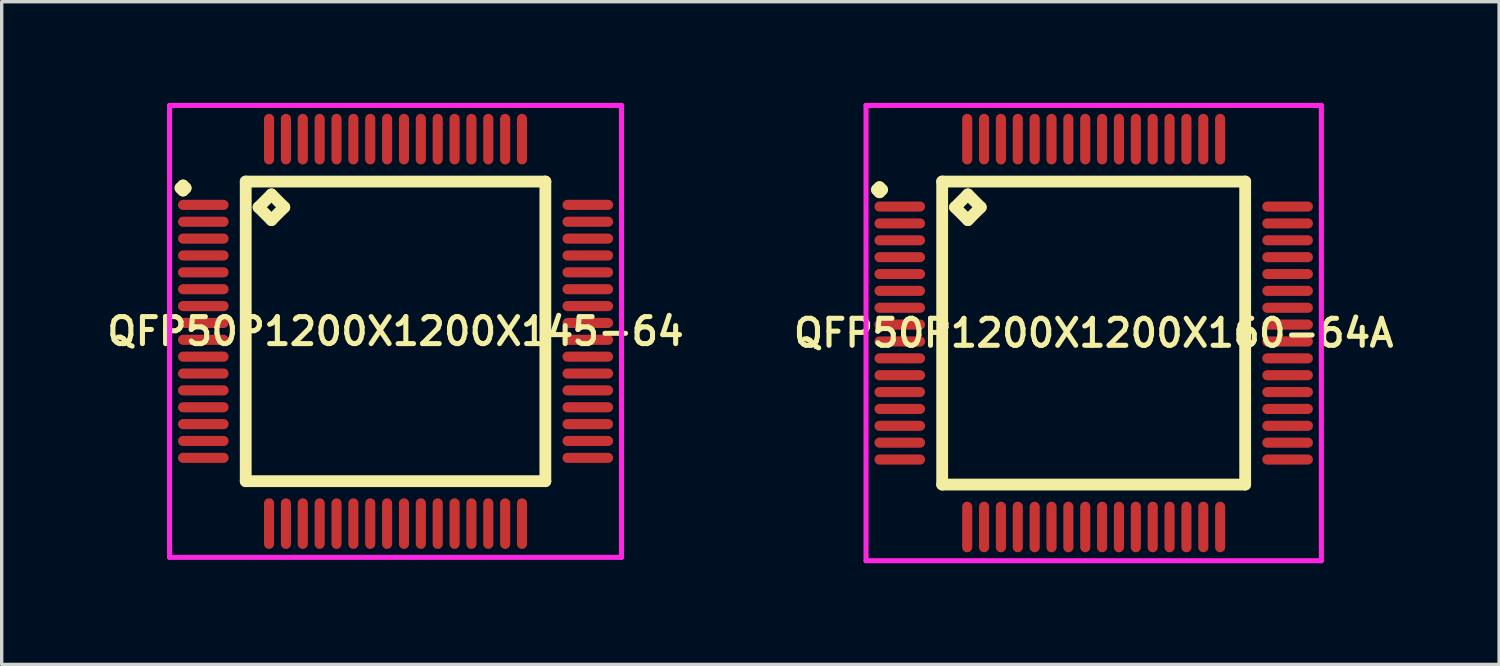
<source format=kicad_pcb>
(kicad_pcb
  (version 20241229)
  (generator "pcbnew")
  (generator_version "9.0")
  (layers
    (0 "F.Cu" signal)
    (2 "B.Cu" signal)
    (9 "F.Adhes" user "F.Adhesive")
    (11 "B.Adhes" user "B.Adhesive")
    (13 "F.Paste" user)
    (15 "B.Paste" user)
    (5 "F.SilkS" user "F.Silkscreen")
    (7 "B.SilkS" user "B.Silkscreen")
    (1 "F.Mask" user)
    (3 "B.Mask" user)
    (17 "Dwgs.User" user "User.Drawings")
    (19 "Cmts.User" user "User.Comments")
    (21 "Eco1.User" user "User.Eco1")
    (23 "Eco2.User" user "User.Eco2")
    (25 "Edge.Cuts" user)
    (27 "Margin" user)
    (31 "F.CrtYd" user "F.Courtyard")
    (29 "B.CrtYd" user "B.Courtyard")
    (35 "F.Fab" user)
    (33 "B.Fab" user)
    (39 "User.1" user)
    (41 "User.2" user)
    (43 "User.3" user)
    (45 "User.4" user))
  (footprint "QFP50P1200X1200X160-64A"
    (layer "F.Cu")
    (at 29.378 6.825)
    (property "Reference" "QFP50P1200X1200X160-64A" (at 0 0 0) (layer "F.SilkS") (effects (font (size 0.8 0.8) (thickness 0.15))))
    (attr through_hole)
    (fp_line (start -6.425 -4.25) (end -6.35 -4.325) (stroke (width 0.35) (type solid)) (layer "F.SilkS"))
    (fp_line (start -6.35 -4.325) (end -6.275 -4.25) (stroke (width 0.35) (type solid)) (layer "F.SilkS"))
    (fp_line (start -6.35 -4.175) (end -6.425 -4.25) (stroke (width 0.35) (type solid)) (layer "F.SilkS"))
    (fp_line (start -6.275 -4.25) (end -6.35 -4.175) (stroke (width 0.35) (type solid)) (layer "F.SilkS"))
    (fp_line (start -4.492 -4.492) (end -4.492 4.492) (stroke (width 0.35) (type solid)) (layer "F.SilkS"))
    (fp_line (start -4.492 4.492) (end 4.492 4.492) (stroke (width 0.35) (type solid)) (layer "F.SilkS"))
    (fp_line (start -4.111 -3.73) (end -3.73 -4.111) (stroke (width 0.35) (type solid)) (layer "F.SilkS"))
    (fp_line (start -3.73 -4.111) (end -3.349 -3.73) (stroke (width 0.35) (type solid)) (layer "F.SilkS"))
    (fp_line (start -3.73 -3.349) (end -4.111 -3.73) (stroke (width 0.35) (type solid)) (layer "F.SilkS"))
    (fp_line (start -3.349 -3.73) (end -3.73 -3.349) (stroke (width 0.35) (type solid)) (layer "F.SilkS"))
    (fp_line (start 4.492 -4.492) (end -4.492 -4.492) (stroke (width 0.35) (type solid)) (layer "F.SilkS"))
    (fp_line (start 4.492 4.492) (end 4.492 -4.492) (stroke (width 0.35) (type solid)) (layer "F.SilkS"))
    (fp_line (start -6.75 -6.75) (end 6.75 -6.75) (stroke (width 0.15) (type solid)) (layer "F.CrtYd"))
    (fp_line (start -6.75 6.75) (end -6.75 -6.75) (stroke (width 0.15) (type solid)) (layer "F.CrtYd"))
    (fp_line (start 6.75 -6.75) (end 6.75 6.75) (stroke (width 0.15) (type solid)) (layer "F.CrtYd"))
    (fp_line (start 6.75 6.75) (end -6.75 6.75) (stroke (width 0.15) (type solid)) (layer "F.CrtYd"))
    (pad "1" smd oval (at -5.75 -3.75) (size 1.5 0.3) (layers "F.Cu" "F.Mask" "F.Paste"))
    (pad "2" smd oval (at -5.75 -3.25) (size 1.5 0.3) (layers "F.Cu" "F.Mask" "F.Paste"))
    (pad "3" smd oval (at -5.75 -2.75) (size 1.5 0.3) (layers "F.Cu" "F.Mask" "F.Paste"))
    (pad "4" smd oval (at -5.75 -2.25) (size 1.5 0.3) (layers "F.Cu" "F.Mask" "F.Paste"))
    (pad "5" smd oval (at -5.75 -1.75) (size 1.5 0.3) (layers "F.Cu" "F.Mask" "F.Paste"))
    (pad "6" smd oval (at -5.75 -1.25) (size 1.5 0.3) (layers "F.Cu" "F.Mask" "F.Paste"))
    (pad "7" smd oval (at -5.75 -0.75) (size 1.5 0.3) (layers "F.Cu" "F.Mask" "F.Paste"))
    (pad "8" smd oval (at -5.75 -0.25) (size 1.5 0.3) (layers "F.Cu" "F.Mask" "F.Paste"))
    (pad "9" smd oval (at -5.75 0.25) (size 1.5 0.3) (layers "F.Cu" "F.Mask" "F.Paste"))
    (pad "10" smd oval (at -5.75 0.75) (size 1.5 0.3) (layers "F.Cu" "F.Mask" "F.Paste"))
    (pad "11" smd oval (at -5.75 1.25) (size 1.5 0.3) (layers "F.Cu" "F.Mask" "F.Paste"))
    (pad "12" smd oval (at -5.75 1.75) (size 1.5 0.3) (layers "F.Cu" "F.Mask" "F.Paste"))
    (pad "13" smd oval (at -5.75 2.25) (size 1.5 0.3) (layers "F.Cu" "F.Mask" "F.Paste"))
    (pad "14" smd oval (at -5.75 2.75) (size 1.5 0.3) (layers "F.Cu" "F.Mask" "F.Paste"))
    (pad "15" smd oval (at -5.75 3.25) (size 1.5 0.3) (layers "F.Cu" "F.Mask" "F.Paste"))
    (pad "16" smd oval (at -5.75 3.75) (size 1.5 0.3) (layers "F.Cu" "F.Mask" "F.Paste"))
    (pad "17" smd oval (at -3.75 5.75) (size 0.3 1.5) (layers "F.Cu" "F.Mask" "F.Paste"))
    (pad "18" smd oval (at -3.25 5.75) (size 0.3 1.5) (layers "F.Cu" "F.Mask" "F.Paste"))
    (pad "19" smd oval (at -2.75 5.75) (size 0.3 1.5) (layers "F.Cu" "F.Mask" "F.Paste"))
    (pad "20" smd oval (at -2.25 5.75) (size 0.3 1.5) (layers "F.Cu" "F.Mask" "F.Paste"))
    (pad "21" smd oval (at -1.75 5.75) (size 0.3 1.5) (layers "F.Cu" "F.Mask" "F.Paste"))
    (pad "22" smd oval (at -1.25 5.75) (size 0.3 1.5) (layers "F.Cu" "F.Mask" "F.Paste"))
    (pad "23" smd oval (at -0.75 5.75) (size 0.3 1.5) (layers "F.Cu" "F.Mask" "F.Paste"))
    (pad "24" smd oval (at -0.25 5.75) (size 0.3 1.5) (layers "F.Cu" "F.Mask" "F.Paste"))
    (pad "25" smd oval (at 0.25 5.75) (size 0.3 1.5) (layers "F.Cu" "F.Mask" "F.Paste"))
    (pad "26" smd oval (at 0.75 5.75) (size 0.3 1.5) (layers "F.Cu" "F.Mask" "F.Paste"))
    (pad "27" smd oval (at 1.25 5.75) (size 0.3 1.5) (layers "F.Cu" "F.Mask" "F.Paste"))
    (pad "28" smd oval (at 1.75 5.75) (size 0.3 1.5) (layers "F.Cu" "F.Mask" "F.Paste"))
    (pad "29" smd oval (at 2.25 5.75) (size 0.3 1.5) (layers "F.Cu" "F.Mask" "F.Paste"))
    (pad "30" smd oval (at 2.75 5.75) (size 0.3 1.5) (layers "F.Cu" "F.Mask" "F.Paste"))
    (pad "31" smd oval (at 3.25 5.75) (size 0.3 1.5) (layers "F.Cu" "F.Mask" "F.Paste"))
    (pad "32" smd oval (at 3.75 5.75) (size 0.3 1.5) (layers "F.Cu" "F.Mask" "F.Paste"))
    (pad "33" smd oval (at 5.75 3.75) (size 1.5 0.3) (layers "F.Cu" "F.Mask" "F.Paste"))
    (pad "34" smd oval (at 5.75 3.25) (size 1.5 0.3) (layers "F.Cu" "F.Mask" "F.Paste"))
    (pad "35" smd oval (at 5.75 2.75) (size 1.5 0.3) (layers "F.Cu" "F.Mask" "F.Paste"))
    (pad "36" smd oval (at 5.75 2.25) (size 1.5 0.3) (layers "F.Cu" "F.Mask" "F.Paste"))
    (pad "37" smd oval (at 5.75 1.75) (size 1.5 0.3) (layers "F.Cu" "F.Mask" "F.Paste"))
    (pad "38" smd oval (at 5.75 1.25) (size 1.5 0.3) (layers "F.Cu" "F.Mask" "F.Paste"))
    (pad "39" smd oval (at 5.75 0.75) (size 1.5 0.3) (layers "F.Cu" "F.Mask" "F.Paste"))
    (pad "40" smd oval (at 5.75 0.25) (size 1.5 0.3) (layers "F.Cu" "F.Mask" "F.Paste"))
    (pad "41" smd oval (at 5.75 -0.25) (size 1.5 0.3) (layers "F.Cu" "F.Mask" "F.Paste"))
    (pad "42" smd oval (at 5.75 -0.75) (size 1.5 0.3) (layers "F.Cu" "F.Mask" "F.Paste"))
    (pad "43" smd oval (at 5.75 -1.25) (size 1.5 0.3) (layers "F.Cu" "F.Mask" "F.Paste"))
    (pad "44" smd oval (at 5.75 -1.75) (size 1.5 0.3) (layers "F.Cu" "F.Mask" "F.Paste"))
    (pad "45" smd oval (at 5.75 -2.25) (size 1.5 0.3) (layers "F.Cu" "F.Mask" "F.Paste"))
    (pad "46" smd oval (at 5.75 -2.75) (size 1.5 0.3) (layers "F.Cu" "F.Mask" "F.Paste"))
    (pad "47" smd oval (at 5.75 -3.25) (size 1.5 0.3) (layers "F.Cu" "F.Mask" "F.Paste"))
    (pad "48" smd oval (at 5.75 -3.75) (size 1.5 0.3) (layers "F.Cu" "F.Mask" "F.Paste"))
    (pad "49" smd oval (at 3.75 -5.75) (size 0.3 1.5) (layers "F.Cu" "F.Mask" "F.Paste"))
    (pad "50" smd oval (at 3.25 -5.75) (size 0.3 1.5) (layers "F.Cu" "F.Mask" "F.Paste"))
    (pad "51" smd oval (at 2.75 -5.75) (size 0.3 1.5) (layers "F.Cu" "F.Mask" "F.Paste"))
    (pad "52" smd oval (at 2.25 -5.75) (size 0.3 1.5) (layers "F.Cu" "F.Mask" "F.Paste"))
    (pad "53" smd oval (at 1.75 -5.75) (size 0.3 1.5) (layers "F.Cu" "F.Mask" "F.Paste"))
    (pad "54" smd oval (at 1.25 -5.75) (size 0.3 1.5) (layers "F.Cu" "F.Mask" "F.Paste"))
    (pad "55" smd oval (at 0.75 -5.75) (size 0.3 1.5) (layers "F.Cu" "F.Mask" "F.Paste"))
    (pad "56" smd oval (at 0.25 -5.75) (size 0.3 1.5) (layers "F.Cu" "F.Mask" "F.Paste"))
    (pad "57" smd oval (at -0.25 -5.75) (size 0.3 1.5) (layers "F.Cu" "F.Mask" "F.Paste"))
    (pad "58" smd oval (at -0.75 -5.75) (size 0.3 1.5) (layers "F.Cu" "F.Mask" "F.Paste"))
    (pad "59" smd oval (at -1.25 -5.75) (size 0.3 1.5) (layers "F.Cu" "F.Mask" "F.Paste"))
    (pad "60" smd oval (at -1.75 -5.75) (size 0.3 1.5) (layers "F.Cu" "F.Mask" "F.Paste"))
    (pad "61" smd oval (at -2.25 -5.75) (size 0.3 1.5) (layers "F.Cu" "F.Mask" "F.Paste"))
    (pad "62" smd oval (at -2.75 -5.75) (size 0.3 1.5) (layers "F.Cu" "F.Mask" "F.Paste"))
    (pad "63" smd oval (at -3.25 -5.75) (size 0.3 1.5) (layers "F.Cu" "F.Mask" "F.Paste"))
    (pad "64" smd oval (at -3.75 -5.75) (size 0.3 1.5) (layers "F.Cu" "F.Mask" "F.Paste")))
  (footprint "QFP50P1200X1200X145-64"
    (layer "F.Cu")
    (at 8.678 6.775)
    (property "Reference" "QFP50P1200X1200X145-64" (at 0 0 0) (layer "F.SilkS") (effects (font (size 0.8 0.8) (thickness 0.15))))
    (attr smd)
    (fp_line (start -6.375 -4.25) (end -6.3 -4.325) (stroke (width 0.35) (type solid)) (layer "F.SilkS"))
    (fp_line (start -6.3 -4.325) (end -6.225 -4.25) (stroke (width 0.35) (type solid)) (layer "F.SilkS"))
    (fp_line (start -6.3 -4.175) (end -6.375 -4.25) (stroke (width 0.35) (type solid)) (layer "F.SilkS"))
    (fp_line (start -6.225 -4.25) (end -6.3 -4.175) (stroke (width 0.35) (type solid)) (layer "F.SilkS"))
    (fp_line (start -4.442 -4.442) (end -4.442 4.442) (stroke (width 0.35) (type solid)) (layer "F.SilkS"))
    (fp_line (start -4.442 4.442) (end 4.442 4.442) (stroke (width 0.35) (type solid)) (layer "F.SilkS"))
    (fp_line (start -4.061 -3.68) (end -3.68 -4.061) (stroke (width 0.35) (type solid)) (layer "F.SilkS"))
    (fp_line (start -3.68 -4.061) (end -3.299 -3.68) (stroke (width 0.35) (type solid)) (layer "F.SilkS"))
    (fp_line (start -3.68 -3.299) (end -4.061 -3.68) (stroke (width 0.35) (type solid)) (layer "F.SilkS"))
    (fp_line (start -3.299 -3.68) (end -3.68 -3.299) (stroke (width 0.35) (type solid)) (layer "F.SilkS"))
    (fp_line (start 4.442 -4.442) (end -4.442 -4.442) (stroke (width 0.35) (type solid)) (layer "F.SilkS"))
    (fp_line (start 4.442 4.442) (end 4.442 -4.442) (stroke (width 0.35) (type solid)) (layer "F.SilkS"))
    (fp_line (start -6.7 -6.7) (end 6.7 -6.7) (stroke (width 0.15) (type solid)) (layer "F.CrtYd"))
    (fp_line (start -6.7 6.7) (end -6.7 -6.7) (stroke (width 0.15) (type solid)) (layer "F.CrtYd"))
    (fp_line (start 6.7 -6.7) (end 6.7 6.7) (stroke (width 0.15) (type solid)) (layer "F.CrtYd"))
    (fp_line (start 6.7 6.7) (end -6.7 6.7) (stroke (width 0.15) (type solid)) (layer "F.CrtYd"))
    (pad "1" smd oval (at -5.7 -3.75) (size 1.5 0.3) (layers "F.Cu" "F.Mask" "F.Paste"))
    (pad "2" smd oval (at -5.7 -3.25) (size 1.5 0.3) (layers "F.Cu" "F.Mask" "F.Paste"))
    (pad "3" smd oval (at -5.7 -2.75) (size 1.5 0.3) (layers "F.Cu" "F.Mask" "F.Paste"))
    (pad "4" smd oval (at -5.7 -2.25) (size 1.5 0.3) (layers "F.Cu" "F.Mask" "F.Paste"))
    (pad "5" smd oval (at -5.7 -1.75) (size 1.5 0.3) (layers "F.Cu" "F.Mask" "F.Paste"))
    (pad "6" smd oval (at -5.7 -1.25) (size 1.5 0.3) (layers "F.Cu" "F.Mask" "F.Paste"))
    (pad "7" smd oval (at -5.7 -0.75) (size 1.5 0.3) (layers "F.Cu" "F.Mask" "F.Paste"))
    (pad "8" smd oval (at -5.7 -0.25) (size 1.5 0.3) (layers "F.Cu" "F.Mask" "F.Paste"))
    (pad "9" smd oval (at -5.7 0.25) (size 1.5 0.3) (layers "F.Cu" "F.Mask" "F.Paste"))
    (pad "10" smd oval (at -5.7 0.75) (size 1.5 0.3) (layers "F.Cu" "F.Mask" "F.Paste"))
    (pad "11" smd oval (at -5.7 1.25) (size 1.5 0.3) (layers "F.Cu" "F.Mask" "F.Paste"))
    (pad "12" smd oval (at -5.7 1.75) (size 1.5 0.3) (layers "F.Cu" "F.Mask" "F.Paste"))
    (pad "13" smd oval (at -5.7 2.25) (size 1.5 0.3) (layers "F.Cu" "F.Mask" "F.Paste"))
    (pad "14" smd oval (at -5.7 2.75) (size 1.5 0.3) (layers "F.Cu" "F.Mask" "F.Paste"))
    (pad "15" smd oval (at -5.7 3.25) (size 1.5 0.3) (layers "F.Cu" "F.Mask" "F.Paste"))
    (pad "16" smd oval (at -5.7 3.75) (size 1.5 0.3) (layers "F.Cu" "F.Mask" "F.Paste"))
    (pad "17" smd oval (at -3.75 5.7) (size 0.3 1.5) (layers "F.Cu" "F.Mask" "F.Paste"))
    (pad "18" smd oval (at -3.25 5.7) (size 0.3 1.5) (layers "F.Cu" "F.Mask" "F.Paste"))
    (pad "19" smd oval (at -2.75 5.7) (size 0.3 1.5) (layers "F.Cu" "F.Mask" "F.Paste"))
    (pad "20" smd oval (at -2.25 5.7) (size 0.3 1.5) (layers "F.Cu" "F.Mask" "F.Paste"))
    (pad "21" smd oval (at -1.75 5.7) (size 0.3 1.5) (layers "F.Cu" "F.Mask" "F.Paste"))
    (pad "22" smd oval (at -1.25 5.7) (size 0.3 1.5) (layers "F.Cu" "F.Mask" "F.Paste"))
    (pad "23" smd oval (at -0.75 5.7) (size 0.3 1.5) (layers "F.Cu" "F.Mask" "F.Paste"))
    (pad "24" smd oval (at -0.25 5.7) (size 0.3 1.5) (layers "F.Cu" "F.Mask" "F.Paste"))
    (pad "25" smd oval (at 0.25 5.7) (size 0.3 1.5) (layers "F.Cu" "F.Mask" "F.Paste"))
    (pad "26" smd oval (at 0.75 5.7) (size 0.3 1.5) (layers "F.Cu" "F.Mask" "F.Paste"))
    (pad "27" smd oval (at 1.25 5.7) (size 0.3 1.5) (layers "F.Cu" "F.Mask" "F.Paste"))
    (pad "28" smd oval (at 1.75 5.7) (size 0.3 1.5) (layers "F.Cu" "F.Mask" "F.Paste"))
    (pad "29" smd oval (at 2.25 5.7) (size 0.3 1.5) (layers "F.Cu" "F.Mask" "F.Paste"))
    (pad "30" smd oval (at 2.75 5.7) (size 0.3 1.5) (layers "F.Cu" "F.Mask" "F.Paste"))
    (pad "31" smd oval (at 3.25 5.7) (size 0.3 1.5) (layers "F.Cu" "F.Mask" "F.Paste"))
    (pad "32" smd oval (at 3.75 5.7) (size 0.3 1.5) (layers "F.Cu" "F.Mask" "F.Paste"))
    (pad "33" smd oval (at 5.7 3.75) (size 1.5 0.3) (layers "F.Cu" "F.Mask" "F.Paste"))
    (pad "34" smd oval (at 5.7 3.25) (size 1.5 0.3) (layers "F.Cu" "F.Mask" "F.Paste"))
    (pad "35" smd oval (at 5.7 2.75) (size 1.5 0.3) (layers "F.Cu" "F.Mask" "F.Paste"))
    (pad "36" smd oval (at 5.7 2.25) (size 1.5 0.3) (layers "F.Cu" "F.Mask" "F.Paste"))
    (pad "37" smd oval (at 5.7 1.75) (size 1.5 0.3) (layers "F.Cu" "F.Mask" "F.Paste"))
    (pad "38" smd oval (at 5.7 1.25) (size 1.5 0.3) (layers "F.Cu" "F.Mask" "F.Paste"))
    (pad "39" smd oval (at 5.7 0.75) (size 1.5 0.3) (layers "F.Cu" "F.Mask" "F.Paste"))
    (pad "40" smd oval (at 5.7 0.25) (size 1.5 0.3) (layers "F.Cu" "F.Mask" "F.Paste"))
    (pad "41" smd oval (at 5.7 -0.25) (size 1.5 0.3) (layers "F.Cu" "F.Mask" "F.Paste"))
    (pad "42" smd oval (at 5.7 -0.75) (size 1.5 0.3) (layers "F.Cu" "F.Mask" "F.Paste"))
    (pad "43" smd oval (at 5.7 -1.25) (size 1.5 0.3) (layers "F.Cu" "F.Mask" "F.Paste"))
    (pad "44" smd oval (at 5.7 -1.75) (size 1.5 0.3) (layers "F.Cu" "F.Mask" "F.Paste"))
    (pad "45" smd oval (at 5.7 -2.25) (size 1.5 0.3) (layers "F.Cu" "F.Mask" "F.Paste"))
    (pad "46" smd oval (at 5.7 -2.75) (size 1.5 0.3) (layers "F.Cu" "F.Mask" "F.Paste"))
    (pad "47" smd oval (at 5.7 -3.25) (size 1.5 0.3) (layers "F.Cu" "F.Mask" "F.Paste"))
    (pad "48" smd oval (at 5.7 -3.75) (size 1.5 0.3) (layers "F.Cu" "F.Mask" "F.Paste"))
    (pad "49" smd oval (at 3.75 -5.7) (size 0.3 1.5) (layers "F.Cu" "F.Mask" "F.Paste"))
    (pad "50" smd oval (at 3.25 -5.7) (size 0.3 1.5) (layers "F.Cu" "F.Mask" "F.Paste"))
    (pad "51" smd oval (at 2.75 -5.7) (size 0.3 1.5) (layers "F.Cu" "F.Mask" "F.Paste"))
    (pad "52" smd oval (at 2.25 -5.7) (size 0.3 1.5) (layers "F.Cu" "F.Mask" "F.Paste"))
    (pad "53" smd oval (at 1.75 -5.7) (size 0.3 1.5) (layers "F.Cu" "F.Mask" "F.Paste"))
    (pad "54" smd oval (at 1.25 -5.7) (size 0.3 1.5) (layers "F.Cu" "F.Mask" "F.Paste"))
    (pad "55" smd oval (at 0.75 -5.7) (size 0.3 1.5) (layers "F.Cu" "F.Mask" "F.Paste"))
    (pad "56" smd oval (at 0.25 -5.7) (size 0.3 1.5) (layers "F.Cu" "F.Mask" "F.Paste"))
    (pad "57" smd oval (at -0.25 -5.7) (size 0.3 1.5) (layers "F.Cu" "F.Mask" "F.Paste"))
    (pad "58" smd oval (at -0.75 -5.7) (size 0.3 1.5) (layers "F.Cu" "F.Mask" "F.Paste"))
    (pad "59" smd oval (at -1.25 -5.7) (size 0.3 1.5) (layers "F.Cu" "F.Mask" "F.Paste"))
    (pad "60" smd oval (at -1.75 -5.7) (size 0.3 1.5) (layers "F.Cu" "F.Mask" "F.Paste"))
    (pad "61" smd oval (at -2.25 -5.7) (size 0.3 1.5) (layers "F.Cu" "F.Mask" "F.Paste"))
    (pad "62" smd oval (at -2.75 -5.7) (size 0.3 1.5) (layers "F.Cu" "F.Mask" "F.Paste"))
    (pad "63" smd oval (at -3.25 -5.7) (size 0.3 1.5) (layers "F.Cu" "F.Mask" "F.Paste"))
    (pad "64" smd oval (at -3.75 -5.7) (size 0.3 1.5) (layers "F.Cu" "F.Mask" "F.Paste")))
  (gr_rect
    (start -3 -3)
    (end 41.399 16.65)
    (stroke (width 0.1) (type default))
    (fill no)
    (layer "Edge.Cuts")))
</source>
